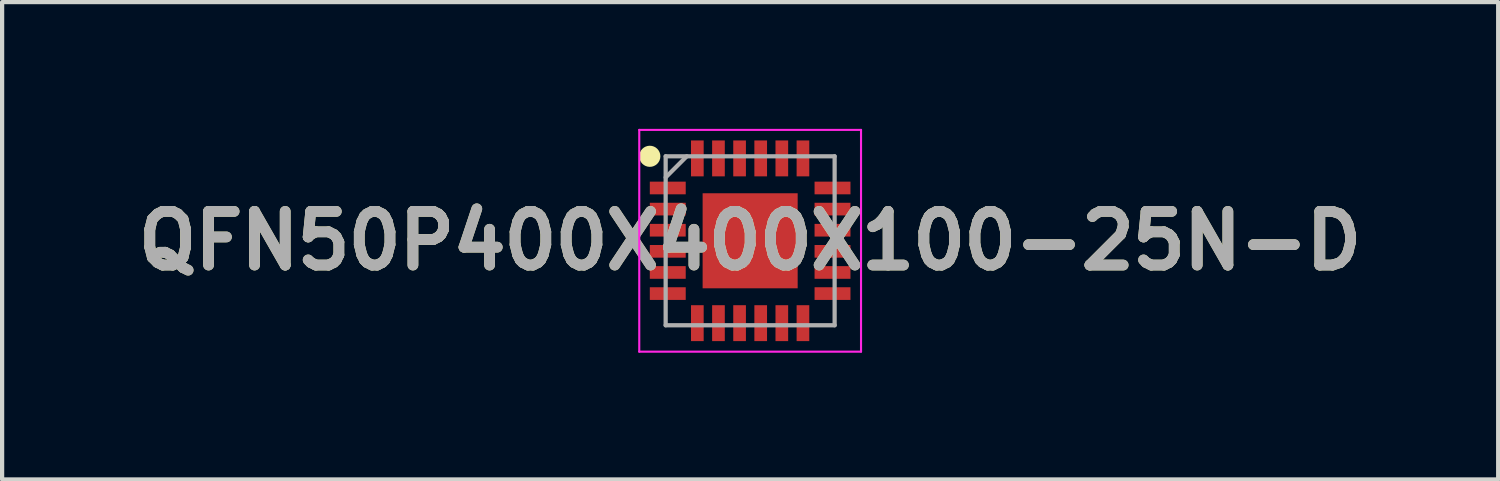
<source format=kicad_pcb>
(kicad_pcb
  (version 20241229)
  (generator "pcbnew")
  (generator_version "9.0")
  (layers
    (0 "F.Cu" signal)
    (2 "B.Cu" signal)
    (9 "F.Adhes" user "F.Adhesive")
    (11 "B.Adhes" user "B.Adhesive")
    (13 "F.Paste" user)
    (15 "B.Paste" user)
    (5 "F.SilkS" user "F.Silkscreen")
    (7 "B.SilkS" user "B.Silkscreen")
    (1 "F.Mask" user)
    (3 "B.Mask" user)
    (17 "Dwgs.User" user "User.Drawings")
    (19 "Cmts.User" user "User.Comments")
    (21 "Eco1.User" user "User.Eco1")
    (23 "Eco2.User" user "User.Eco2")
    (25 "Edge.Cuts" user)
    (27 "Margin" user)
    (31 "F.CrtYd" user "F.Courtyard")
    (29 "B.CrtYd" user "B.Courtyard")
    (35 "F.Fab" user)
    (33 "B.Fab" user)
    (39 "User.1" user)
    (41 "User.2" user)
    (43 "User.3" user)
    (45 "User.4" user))
  (footprint "QFN50P400X400X100-25N-D"
    (layer "F.Cu")
    (at 14.708 2.65)
    (property "Reference" "QFN50P400X400X100-25N-D" (at 0 0 0) (layer "F.SilkS") (effects (font (size 1.27 1.27) (thickness 0.254))))
    (attr smd)
    (fp_circle (center -2.375 -2) (end -2.375 -1.875) (stroke (width 0.25) (type solid)) (fill no) (layer "F.SilkS"))
    (fp_line (start -2.625 -2.625) (end 2.625 -2.625) (stroke (width 0.05) (type solid)) (layer "F.CrtYd"))
    (fp_line (start -2.625 2.625) (end -2.625 -2.625) (stroke (width 0.05) (type solid)) (layer "F.CrtYd"))
    (fp_line (start 2.625 -2.625) (end 2.625 2.625) (stroke (width 0.05) (type solid)) (layer "F.CrtYd"))
    (fp_line (start 2.625 2.625) (end -2.625 2.625) (stroke (width 0.05) (type solid)) (layer "F.CrtYd"))
    (fp_line (start -2 -2) (end 2 -2) (stroke (width 0.1) (type solid)) (layer "F.Fab"))
    (fp_line (start -2 -1.5) (end -1.5 -2) (stroke (width 0.1) (type solid)) (layer "F.Fab"))
    (fp_line (start -2 2) (end -2 -2) (stroke (width 0.1) (type solid)) (layer "F.Fab"))
    (fp_line (start 2 -2) (end 2 2) (stroke (width 0.1) (type solid)) (layer "F.Fab"))
    (fp_line (start 2 2) (end -2 2) (stroke (width 0.1) (type solid)) (layer "F.Fab"))
    (fp_text user "${REFERENCE}" (at 0 0 0) (layer "F.Fab") (effects (font (size 1.27 1.27) (thickness 0.254))))
    (pad "1" smd rect (at -1.95 -1.25 90) (size 0.3 0.85) (layers "F.Cu" "F.Mask" "F.Paste"))
    (pad "2" smd rect (at -1.95 -0.75 90) (size 0.3 0.85) (layers "F.Cu" "F.Mask" "F.Paste"))
    (pad "3" smd rect (at -1.95 -0.25 90) (size 0.3 0.85) (layers "F.Cu" "F.Mask" "F.Paste"))
    (pad "4" smd rect (at -1.95 0.25 90) (size 0.3 0.85) (layers "F.Cu" "F.Mask" "F.Paste"))
    (pad "5" smd rect (at -1.95 0.75 90) (size 0.3 0.85) (layers "F.Cu" "F.Mask" "F.Paste"))
    (pad "6" smd rect (at -1.95 1.25 90) (size 0.3 0.85) (layers "F.Cu" "F.Mask" "F.Paste"))
    (pad "7" smd rect (at -1.25 1.95) (size 0.3 0.85) (layers "F.Cu" "F.Mask" "F.Paste"))
    (pad "8" smd rect (at -0.75 1.95) (size 0.3 0.85) (layers "F.Cu" "F.Mask" "F.Paste"))
    (pad "9" smd rect (at -0.25 1.95) (size 0.3 0.85) (layers "F.Cu" "F.Mask" "F.Paste"))
    (pad "10" smd rect (at 0.25 1.95) (size 0.3 0.85) (layers "F.Cu" "F.Mask" "F.Paste"))
    (pad "11" smd rect (at 0.75 1.95) (size 0.3 0.85) (layers "F.Cu" "F.Mask" "F.Paste"))
    (pad "12" smd rect (at 1.25 1.95) (size 0.3 0.85) (layers "F.Cu" "F.Mask" "F.Paste"))
    (pad "13" smd rect (at 1.95 1.25 90) (size 0.3 0.85) (layers "F.Cu" "F.Mask" "F.Paste"))
    (pad "14" smd rect (at 1.95 0.75 90) (size 0.3 0.85) (layers "F.Cu" "F.Mask" "F.Paste"))
    (pad "15" smd rect (at 1.95 0.25 90) (size 0.3 0.85) (layers "F.Cu" "F.Mask" "F.Paste"))
    (pad "16" smd rect (at 1.95 -0.25 90) (size 0.3 0.85) (layers "F.Cu" "F.Mask" "F.Paste"))
    (pad "17" smd rect (at 1.95 -0.75 90) (size 0.3 0.85) (layers "F.Cu" "F.Mask" "F.Paste"))
    (pad "18" smd rect (at 1.95 -1.25 90) (size 0.3 0.85) (layers "F.Cu" "F.Mask" "F.Paste"))
    (pad "19" smd rect (at 1.25 -1.95) (size 0.3 0.85) (layers "F.Cu" "F.Mask" "F.Paste"))
    (pad "20" smd rect (at 0.75 -1.95) (size 0.3 0.85) (layers "F.Cu" "F.Mask" "F.Paste"))
    (pad "21" smd rect (at 0.25 -1.95) (size 0.3 0.85) (layers "F.Cu" "F.Mask" "F.Paste"))
    (pad "22" smd rect (at -0.25 -1.95) (size 0.3 0.85) (layers "F.Cu" "F.Mask" "F.Paste"))
    (pad "23" smd rect (at -0.75 -1.95) (size 0.3 0.85) (layers "F.Cu" "F.Mask" "F.Paste"))
    (pad "24" smd rect (at -1.25 -1.95) (size 0.3 0.85) (layers "F.Cu" "F.Mask" "F.Paste"))
    (pad "25" smd rect (at 0 0) (size 2.25 2.25) (layers "F.Cu" "F.Mask" "F.Paste")))
  (gr_rect
    (start -3 -3)
    (end 32.416 8.3)
    (stroke (width 0.1) (type default))
    (fill no)
    (layer "Edge.Cuts")))
</source>
